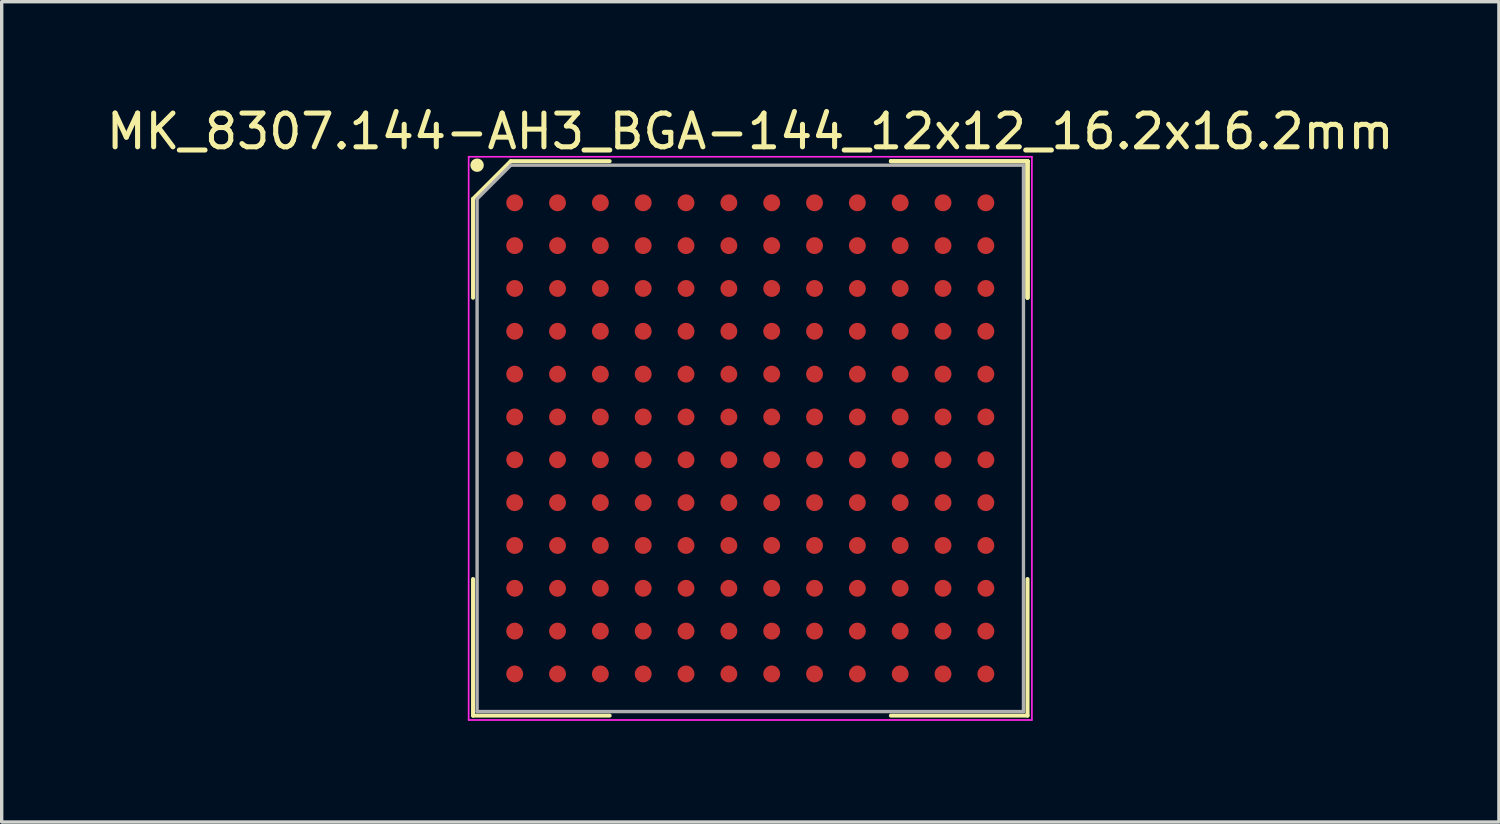
<source format=kicad_pcb>
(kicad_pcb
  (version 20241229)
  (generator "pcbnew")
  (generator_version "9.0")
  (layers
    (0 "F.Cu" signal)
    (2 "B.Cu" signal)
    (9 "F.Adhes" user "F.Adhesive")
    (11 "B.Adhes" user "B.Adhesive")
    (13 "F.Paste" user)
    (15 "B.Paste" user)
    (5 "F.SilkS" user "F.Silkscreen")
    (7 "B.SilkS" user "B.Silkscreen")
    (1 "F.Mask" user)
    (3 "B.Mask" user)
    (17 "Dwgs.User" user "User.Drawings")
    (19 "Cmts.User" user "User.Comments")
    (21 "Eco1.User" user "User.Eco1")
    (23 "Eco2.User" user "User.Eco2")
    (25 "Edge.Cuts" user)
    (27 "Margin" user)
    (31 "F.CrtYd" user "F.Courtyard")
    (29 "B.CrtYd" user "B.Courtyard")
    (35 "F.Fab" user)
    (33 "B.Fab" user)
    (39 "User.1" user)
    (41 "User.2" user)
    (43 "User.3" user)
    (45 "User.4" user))
  (footprint "MK_8307.144-AH3_BGA-144_12x12_16.2x16.2mm"
    (layer "F.Cu")
    (at 19.196 9.948)
    (property "Reference" "MK_8307.144-AH3_BGA-144_12x12_16.2x16.2mm" (at 0 -9.1 0) (layer "F.SilkS") (effects (font (size 1 1) (thickness 0.15))))
    (attr smd)
    (fp_line (start -8.22 -7.1) (end -8.22 -4.17) (stroke (width 0.12) (type solid)) (layer "F.SilkS"))
    (fp_line (start -8.22 8.22) (end -8.22 4.17) (stroke (width 0.12) (type solid)) (layer "F.SilkS"))
    (fp_line (start -7.1 -8.22) (end -8.22 -7.1) (stroke (width 0.12) (type solid)) (layer "F.SilkS"))
    (fp_line (start -4.17 -8.22) (end -7.1 -8.22) (stroke (width 0.12) (type solid)) (layer "F.SilkS"))
    (fp_line (start -4.17 8.22) (end -8.22 8.22) (stroke (width 0.12) (type solid)) (layer "F.SilkS"))
    (fp_line (start 4.17 -8.22) (end 8.22 -8.22) (stroke (width 0.12) (type solid)) (layer "F.SilkS"))
    (fp_line (start 4.17 -8.22) (end 8.22 -8.22) (stroke (width 0.12) (type solid)) (layer "F.SilkS"))
    (fp_line (start 4.17 -8.22) (end 8.22 -8.22) (stroke (width 0.12) (type solid)) (layer "F.SilkS"))
    (fp_line (start 4.17 8.22) (end 8.22 8.22) (stroke (width 0.12) (type solid)) (layer "F.SilkS"))
    (fp_line (start 8.22 -8.22) (end 8.22 -4.17) (stroke (width 0.12) (type solid)) (layer "F.SilkS"))
    (fp_line (start 8.22 -8.22) (end 8.22 -4.17) (stroke (width 0.12) (type solid)) (layer "F.SilkS"))
    (fp_line (start 8.22 -8.22) (end 8.22 -4.17) (stroke (width 0.12) (type solid)) (layer "F.SilkS"))
    (fp_line (start 8.22 8.22) (end 8.22 4.17) (stroke (width 0.12) (type solid)) (layer "F.SilkS"))
    (fp_circle (center -8.1 -8.1) (end -8.1 -8) (stroke (width 0.2) (type solid)) (fill no) (layer "F.SilkS"))
    (fp_line (start -8.35 -8.35) (end 8.35 -8.35) (stroke (width 0.05) (type solid)) (layer "F.CrtYd"))
    (fp_line (start -8.35 8.35) (end -8.35 -8.35) (stroke (width 0.05) (type solid)) (layer "F.CrtYd"))
    (fp_line (start 8.35 -8.35) (end 8.35 8.35) (stroke (width 0.05) (type solid)) (layer "F.CrtYd"))
    (fp_line (start 8.35 8.35) (end -8.35 8.35) (stroke (width 0.05) (type solid)) (layer "F.CrtYd"))
    (fp_line (start -8.1 -7.1) (end -8.1 8.1) (stroke (width 0.1) (type solid)) (layer "F.Fab"))
    (fp_line (start -8.1 8.1) (end 8.1 8.1) (stroke (width 0.1) (type solid)) (layer "F.Fab"))
    (fp_line (start -7.1 -8.1) (end -8.1 -7.1) (stroke (width 0.1) (type solid)) (layer "F.Fab"))
    (fp_line (start 8.1 -8.1) (end -7.1 -8.1) (stroke (width 0.1) (type solid)) (layer "F.Fab"))
    (fp_line (start 8.1 8.1) (end 8.1 -8.1) (stroke (width 0.1) (type solid)) (layer "F.Fab"))
    (pad "A1" smd circle (at -6.985 -6.985) (size 0.5 0.5) (layers "F.Cu" "F.Mask" "F.Paste"))
    (pad "A2" smd circle (at -5.715 -6.985) (size 0.5 0.5) (layers "F.Cu" "F.Mask" "F.Paste"))
    (pad "A3" smd circle (at -4.445 -6.985) (size 0.5 0.5) (layers "F.Cu" "F.Mask" "F.Paste"))
    (pad "A4" smd circle (at -3.175 -6.985) (size 0.5 0.5) (layers "F.Cu" "F.Mask" "F.Paste"))
    (pad "A5" smd circle (at -1.905 -6.985) (size 0.5 0.5) (layers "F.Cu" "F.Mask" "F.Paste"))
    (pad "A6" smd circle (at -0.635 -6.985) (size 0.5 0.5) (layers "F.Cu" "F.Mask" "F.Paste"))
    (pad "A7" smd circle (at 0.635 -6.985) (size 0.5 0.5) (layers "F.Cu" "F.Mask" "F.Paste"))
    (pad "A8" smd circle (at 1.905 -6.985) (size 0.5 0.5) (layers "F.Cu" "F.Mask" "F.Paste"))
    (pad "A9" smd circle (at 3.175 -6.985) (size 0.5 0.5) (layers "F.Cu" "F.Mask" "F.Paste"))
    (pad "A10" smd circle (at 4.445 -6.985) (size 0.5 0.5) (layers "F.Cu" "F.Mask" "F.Paste"))
    (pad "A11" smd circle (at 5.715 -6.985) (size 0.5 0.5) (layers "F.Cu" "F.Mask" "F.Paste"))
    (pad "A12" smd circle (at 6.985 -6.985) (size 0.5 0.5) (layers "F.Cu" "F.Mask" "F.Paste"))
    (pad "B1" smd circle (at -6.985 -5.715) (size 0.5 0.5) (layers "F.Cu" "F.Mask" "F.Paste"))
    (pad "B2" smd circle (at -5.715 -5.715) (size 0.5 0.5) (layers "F.Cu" "F.Mask" "F.Paste"))
    (pad "B3" smd circle (at -4.445 -5.715) (size 0.5 0.5) (layers "F.Cu" "F.Mask" "F.Paste"))
    (pad "B4" smd circle (at -3.175 -5.715) (size 0.5 0.5) (layers "F.Cu" "F.Mask" "F.Paste"))
    (pad "B5" smd circle (at -1.905 -5.715) (size 0.5 0.5) (layers "F.Cu" "F.Mask" "F.Paste"))
    (pad "B6" smd circle (at -0.635 -5.715) (size 0.5 0.5) (layers "F.Cu" "F.Mask" "F.Paste"))
    (pad "B7" smd circle (at 0.635 -5.715) (size 0.5 0.5) (layers "F.Cu" "F.Mask" "F.Paste"))
    (pad "B8" smd circle (at 1.905 -5.715) (size 0.5 0.5) (layers "F.Cu" "F.Mask" "F.Paste"))
    (pad "B9" smd circle (at 3.175 -5.715) (size 0.5 0.5) (layers "F.Cu" "F.Mask" "F.Paste"))
    (pad "B10" smd circle (at 4.445 -5.715) (size 0.5 0.5) (layers "F.Cu" "F.Mask" "F.Paste"))
    (pad "B11" smd circle (at 5.715 -5.715) (size 0.5 0.5) (layers "F.Cu" "F.Mask" "F.Paste"))
    (pad "B12" smd circle (at 6.985 -5.715) (size 0.5 0.5) (layers "F.Cu" "F.Mask" "F.Paste"))
    (pad "C1" smd circle (at -6.985 -4.445) (size 0.5 0.5) (layers "F.Cu" "F.Mask" "F.Paste"))
    (pad "C2" smd circle (at -5.715 -4.445) (size 0.5 0.5) (layers "F.Cu" "F.Mask" "F.Paste"))
    (pad "C3" smd circle (at -4.445 -4.445) (size 0.5 0.5) (layers "F.Cu" "F.Mask" "F.Paste"))
    (pad "C4" smd circle (at -3.175 -4.445) (size 0.5 0.5) (layers "F.Cu" "F.Mask" "F.Paste"))
    (pad "C5" smd circle (at -1.905 -4.445) (size 0.5 0.5) (layers "F.Cu" "F.Mask" "F.Paste"))
    (pad "C6" smd circle (at -0.635 -4.445) (size 0.5 0.5) (layers "F.Cu" "F.Mask" "F.Paste"))
    (pad "C7" smd circle (at 0.635 -4.445) (size 0.5 0.5) (layers "F.Cu" "F.Mask" "F.Paste"))
    (pad "C8" smd circle (at 1.905 -4.445) (size 0.5 0.5) (layers "F.Cu" "F.Mask" "F.Paste"))
    (pad "C9" smd circle (at 3.175 -4.445) (size 0.5 0.5) (layers "F.Cu" "F.Mask" "F.Paste"))
    (pad "C10" smd circle (at 4.445 -4.445) (size 0.5 0.5) (layers "F.Cu" "F.Mask" "F.Paste"))
    (pad "C11" smd circle (at 5.715 -4.445) (size 0.5 0.5) (layers "F.Cu" "F.Mask" "F.Paste"))
    (pad "C12" smd circle (at 6.985 -4.445) (size 0.5 0.5) (layers "F.Cu" "F.Mask" "F.Paste"))
    (pad "D1" smd circle (at -6.985 -3.175) (size 0.5 0.5) (layers "F.Cu" "F.Mask" "F.Paste"))
    (pad "D2" smd circle (at -5.715 -3.175) (size 0.5 0.5) (layers "F.Cu" "F.Mask" "F.Paste"))
    (pad "D3" smd circle (at -4.445 -3.175) (size 0.5 0.5) (layers "F.Cu" "F.Mask" "F.Paste"))
    (pad "D4" smd circle (at -3.175 -3.175) (size 0.5 0.5) (layers "F.Cu" "F.Mask" "F.Paste"))
    (pad "D5" smd circle (at -1.905 -3.175) (size 0.5 0.5) (layers "F.Cu" "F.Mask" "F.Paste"))
    (pad "D6" smd circle (at -0.635 -3.175) (size 0.5 0.5) (layers "F.Cu" "F.Mask" "F.Paste"))
    (pad "D7" smd circle (at 0.635 -3.175) (size 0.5 0.5) (layers "F.Cu" "F.Mask" "F.Paste"))
    (pad "D8" smd circle (at 1.905 -3.175) (size 0.5 0.5) (layers "F.Cu" "F.Mask" "F.Paste"))
    (pad "D9" smd circle (at 3.175 -3.175) (size 0.5 0.5) (layers "F.Cu" "F.Mask" "F.Paste"))
    (pad "D10" smd circle (at 4.445 -3.175) (size 0.5 0.5) (layers "F.Cu" "F.Mask" "F.Paste"))
    (pad "D11" smd circle (at 5.715 -3.175) (size 0.5 0.5) (layers "F.Cu" "F.Mask" "F.Paste"))
    (pad "D12" smd circle (at 6.985 -3.175) (size 0.5 0.5) (layers "F.Cu" "F.Mask" "F.Paste"))
    (pad "E1" smd circle (at -6.985 -1.905) (size 0.5 0.5) (layers "F.Cu" "F.Mask" "F.Paste"))
    (pad "E2" smd circle (at -5.715 -1.905) (size 0.5 0.5) (layers "F.Cu" "F.Mask" "F.Paste"))
    (pad "E3" smd circle (at -4.445 -1.905) (size 0.5 0.5) (layers "F.Cu" "F.Mask" "F.Paste"))
    (pad "E4" smd circle (at -3.175 -1.905) (size 0.5 0.5) (layers "F.Cu" "F.Mask" "F.Paste"))
    (pad "E5" smd circle (at -1.905 -1.905) (size 0.5 0.5) (layers "F.Cu" "F.Mask" "F.Paste"))
    (pad "E6" smd circle (at -0.635 -1.905) (size 0.5 0.5) (layers "F.Cu" "F.Mask" "F.Paste"))
    (pad "E7" smd circle (at 0.635 -1.905) (size 0.5 0.5) (layers "F.Cu" "F.Mask" "F.Paste"))
    (pad "E8" smd circle (at 1.905 -1.905) (size 0.5 0.5) (layers "F.Cu" "F.Mask" "F.Paste"))
    (pad "E9" smd circle (at 3.175 -1.905) (size 0.5 0.5) (layers "F.Cu" "F.Mask" "F.Paste"))
    (pad "E10" smd circle (at 4.445 -1.905) (size 0.5 0.5) (layers "F.Cu" "F.Mask" "F.Paste"))
    (pad "E11" smd circle (at 5.715 -1.905) (size 0.5 0.5) (layers "F.Cu" "F.Mask" "F.Paste"))
    (pad "E12" smd circle (at 6.985 -1.905) (size 0.5 0.5) (layers "F.Cu" "F.Mask" "F.Paste"))
    (pad "F1" smd circle (at -6.985 -0.635) (size 0.5 0.5) (layers "F.Cu" "F.Mask" "F.Paste"))
    (pad "F2" smd circle (at -5.715 -0.635) (size 0.5 0.5) (layers "F.Cu" "F.Mask" "F.Paste"))
    (pad "F3" smd circle (at -4.445 -0.635) (size 0.5 0.5) (layers "F.Cu" "F.Mask" "F.Paste"))
    (pad "F4" smd circle (at -3.175 -0.635) (size 0.5 0.5) (layers "F.Cu" "F.Mask" "F.Paste"))
    (pad "F5" smd circle (at -1.905 -0.635) (size 0.5 0.5) (layers "F.Cu" "F.Mask" "F.Paste"))
    (pad "F6" smd circle (at -0.635 -0.635) (size 0.5 0.5) (layers "F.Cu" "F.Mask" "F.Paste"))
    (pad "F7" smd circle (at 0.635 -0.635) (size 0.5 0.5) (layers "F.Cu" "F.Mask" "F.Paste"))
    (pad "F8" smd circle (at 1.905 -0.635) (size 0.5 0.5) (layers "F.Cu" "F.Mask" "F.Paste"))
    (pad "F9" smd circle (at 3.175 -0.635) (size 0.5 0.5) (layers "F.Cu" "F.Mask" "F.Paste"))
    (pad "F10" smd circle (at 4.445 -0.635) (size 0.5 0.5) (layers "F.Cu" "F.Mask" "F.Paste"))
    (pad "F11" smd circle (at 5.715 -0.635) (size 0.5 0.5) (layers "F.Cu" "F.Mask" "F.Paste"))
    (pad "F12" smd circle (at 6.985 -0.635) (size 0.5 0.5) (layers "F.Cu" "F.Mask" "F.Paste"))
    (pad "G1" smd circle (at -6.985 0.635) (size 0.5 0.5) (layers "F.Cu" "F.Mask" "F.Paste"))
    (pad "G2" smd circle (at -5.715 0.635) (size 0.5 0.5) (layers "F.Cu" "F.Mask" "F.Paste"))
    (pad "G3" smd circle (at -4.445 0.635) (size 0.5 0.5) (layers "F.Cu" "F.Mask" "F.Paste"))
    (pad "G4" smd circle (at -3.175 0.635) (size 0.5 0.5) (layers "F.Cu" "F.Mask" "F.Paste"))
    (pad "G5" smd circle (at -1.905 0.635) (size 0.5 0.5) (layers "F.Cu" "F.Mask" "F.Paste"))
    (pad "G6" smd circle (at -0.635 0.635) (size 0.5 0.5) (layers "F.Cu" "F.Mask" "F.Paste"))
    (pad "G7" smd circle (at 0.635 0.635) (size 0.5 0.5) (layers "F.Cu" "F.Mask" "F.Paste"))
    (pad "G8" smd circle (at 1.905 0.635) (size 0.5 0.5) (layers "F.Cu" "F.Mask" "F.Paste"))
    (pad "G9" smd circle (at 3.175 0.635) (size 0.5 0.5) (layers "F.Cu" "F.Mask" "F.Paste"))
    (pad "G10" smd circle (at 4.445 0.635) (size 0.5 0.5) (layers "F.Cu" "F.Mask" "F.Paste"))
    (pad "G11" smd circle (at 5.715 0.635) (size 0.5 0.5) (layers "F.Cu" "F.Mask" "F.Paste"))
    (pad "G12" smd circle (at 6.985 0.635) (size 0.5 0.5) (layers "F.Cu" "F.Mask" "F.Paste"))
    (pad "H1" smd circle (at -6.985 1.905) (size 0.5 0.5) (layers "F.Cu" "F.Mask" "F.Paste"))
    (pad "H2" smd circle (at -5.715 1.905) (size 0.5 0.5) (layers "F.Cu" "F.Mask" "F.Paste"))
    (pad "H3" smd circle (at -4.445 1.905) (size 0.5 0.5) (layers "F.Cu" "F.Mask" "F.Paste"))
    (pad "H4" smd circle (at -3.175 1.905) (size 0.5 0.5) (layers "F.Cu" "F.Mask" "F.Paste"))
    (pad "H5" smd circle (at -1.905 1.905) (size 0.5 0.5) (layers "F.Cu" "F.Mask" "F.Paste"))
    (pad "H6" smd circle (at -0.635 1.905) (size 0.5 0.5) (layers "F.Cu" "F.Mask" "F.Paste"))
    (pad "H7" smd circle (at 0.635 1.905) (size 0.5 0.5) (layers "F.Cu" "F.Mask" "F.Paste"))
    (pad "H8" smd circle (at 1.905 1.905) (size 0.5 0.5) (layers "F.Cu" "F.Mask" "F.Paste"))
    (pad "H9" smd circle (at 3.175 1.905) (size 0.5 0.5) (layers "F.Cu" "F.Mask" "F.Paste"))
    (pad "H10" smd circle (at 4.445 1.905) (size 0.5 0.5) (layers "F.Cu" "F.Mask" "F.Paste"))
    (pad "H11" smd circle (at 5.715 1.905) (size 0.5 0.5) (layers "F.Cu" "F.Mask" "F.Paste"))
    (pad "H12" smd circle (at 6.985 1.905) (size 0.5 0.5) (layers "F.Cu" "F.Mask" "F.Paste"))
    (pad "J1" smd circle (at -6.985 3.175) (size 0.5 0.5) (layers "F.Cu" "F.Mask" "F.Paste"))
    (pad "J2" smd circle (at -5.715 3.175) (size 0.5 0.5) (layers "F.Cu" "F.Mask" "F.Paste"))
    (pad "J3" smd circle (at -4.445 3.175) (size 0.5 0.5) (layers "F.Cu" "F.Mask" "F.Paste"))
    (pad "J4" smd circle (at -3.175 3.175) (size 0.5 0.5) (layers "F.Cu" "F.Mask" "F.Paste"))
    (pad "J5" smd circle (at -1.905 3.175) (size 0.5 0.5) (layers "F.Cu" "F.Mask" "F.Paste"))
    (pad "J6" smd circle (at -0.635 3.175) (size 0.5 0.5) (layers "F.Cu" "F.Mask" "F.Paste"))
    (pad "J7" smd circle (at 0.635 3.175) (size 0.5 0.5) (layers "F.Cu" "F.Mask" "F.Paste"))
    (pad "J8" smd circle (at 1.905 3.175) (size 0.5 0.5) (layers "F.Cu" "F.Mask" "F.Paste"))
    (pad "J9" smd circle (at 3.175 3.175) (size 0.5 0.5) (layers "F.Cu" "F.Mask" "F.Paste"))
    (pad "J10" smd circle (at 4.445 3.175) (size 0.5 0.5) (layers "F.Cu" "F.Mask" "F.Paste"))
    (pad "J11" smd circle (at 5.715 3.175) (size 0.5 0.5) (layers "F.Cu" "F.Mask" "F.Paste"))
    (pad "J12" smd circle (at 6.985 3.175) (size 0.5 0.5) (layers "F.Cu" "F.Mask" "F.Paste"))
    (pad "K1" smd circle (at -6.985 4.445) (size 0.5 0.5) (layers "F.Cu" "F.Mask" "F.Paste"))
    (pad "K2" smd circle (at -5.715 4.445) (size 0.5 0.5) (layers "F.Cu" "F.Mask" "F.Paste"))
    (pad "K3" smd circle (at -4.445 4.445) (size 0.5 0.5) (layers "F.Cu" "F.Mask" "F.Paste"))
    (pad "K4" smd circle (at -3.175 4.445) (size 0.5 0.5) (layers "F.Cu" "F.Mask" "F.Paste"))
    (pad "K5" smd circle (at -1.905 4.445) (size 0.5 0.5) (layers "F.Cu" "F.Mask" "F.Paste"))
    (pad "K6" smd circle (at -0.635 4.445) (size 0.5 0.5) (layers "F.Cu" "F.Mask" "F.Paste"))
    (pad "K7" smd circle (at 0.635 4.445) (size 0.5 0.5) (layers "F.Cu" "F.Mask" "F.Paste"))
    (pad "K8" smd circle (at 1.905 4.445) (size 0.5 0.5) (layers "F.Cu" "F.Mask" "F.Paste"))
    (pad "K9" smd circle (at 3.175 4.445) (size 0.5 0.5) (layers "F.Cu" "F.Mask" "F.Paste"))
    (pad "K10" smd circle (at 4.445 4.445) (size 0.5 0.5) (layers "F.Cu" "F.Mask" "F.Paste"))
    (pad "K11" smd circle (at 5.715 4.445) (size 0.5 0.5) (layers "F.Cu" "F.Mask" "F.Paste"))
    (pad "K12" smd circle (at 6.985 4.445) (size 0.5 0.5) (layers "F.Cu" "F.Mask" "F.Paste"))
    (pad "L1" smd circle (at -6.985 5.715) (size 0.5 0.5) (layers "F.Cu" "F.Mask" "F.Paste"))
    (pad "L2" smd circle (at -5.715 5.715) (size 0.5 0.5) (layers "F.Cu" "F.Mask" "F.Paste"))
    (pad "L3" smd circle (at -4.445 5.715) (size 0.5 0.5) (layers "F.Cu" "F.Mask" "F.Paste"))
    (pad "L4" smd circle (at -3.175 5.715) (size 0.5 0.5) (layers "F.Cu" "F.Mask" "F.Paste"))
    (pad "L5" smd circle (at -1.905 5.715) (size 0.5 0.5) (layers "F.Cu" "F.Mask" "F.Paste"))
    (pad "L6" smd circle (at -0.635 5.715) (size 0.5 0.5) (layers "F.Cu" "F.Mask" "F.Paste"))
    (pad "L7" smd circle (at 0.635 5.715) (size 0.5 0.5) (layers "F.Cu" "F.Mask" "F.Paste"))
    (pad "L8" smd circle (at 1.905 5.715) (size 0.5 0.5) (layers "F.Cu" "F.Mask" "F.Paste"))
    (pad "L9" smd circle (at 3.175 5.715) (size 0.5 0.5) (layers "F.Cu" "F.Mask" "F.Paste"))
    (pad "L10" smd circle (at 4.445 5.715) (size 0.5 0.5) (layers "F.Cu" "F.Mask" "F.Paste"))
    (pad "L11" smd circle (at 5.715 5.715) (size 0.5 0.5) (layers "F.Cu" "F.Mask" "F.Paste"))
    (pad "L12" smd circle (at 6.985 5.715) (size 0.5 0.5) (layers "F.Cu" "F.Mask" "F.Paste"))
    (pad "M1" smd circle (at -6.985 6.985) (size 0.5 0.5) (layers "F.Cu" "F.Mask" "F.Paste"))
    (pad "M2" smd circle (at -5.715 6.985) (size 0.5 0.5) (layers "F.Cu" "F.Mask" "F.Paste"))
    (pad "M3" smd circle (at -4.445 6.985) (size 0.5 0.5) (layers "F.Cu" "F.Mask" "F.Paste"))
    (pad "M4" smd circle (at -3.175 6.985) (size 0.5 0.5) (layers "F.Cu" "F.Mask" "F.Paste"))
    (pad "M5" smd circle (at -1.905 6.985) (size 0.5 0.5) (layers "F.Cu" "F.Mask" "F.Paste"))
    (pad "M6" smd circle (at -0.635 6.985) (size 0.5 0.5) (layers "F.Cu" "F.Mask" "F.Paste"))
    (pad "M7" smd circle (at 0.635 6.985) (size 0.5 0.5) (layers "F.Cu" "F.Mask" "F.Paste"))
    (pad "M8" smd circle (at 1.905 6.985) (size 0.5 0.5) (layers "F.Cu" "F.Mask" "F.Paste"))
    (pad "M9" smd circle (at 3.175 6.985) (size 0.5 0.5) (layers "F.Cu" "F.Mask" "F.Paste"))
    (pad "M10" smd circle (at 4.445 6.985) (size 0.5 0.5) (layers "F.Cu" "F.Mask" "F.Paste"))
    (pad "M11" smd circle (at 5.715 6.985) (size 0.5 0.5) (layers "F.Cu" "F.Mask" "F.Paste"))
    (pad "M12" smd circle (at 6.985 6.985) (size 0.5 0.5) (layers "F.Cu" "F.Mask" "F.Paste")))
  (gr_rect
    (start -3 -3)
    (end 41.393 21.323)
    (stroke (width 0.1) (type default))
    (fill no)
    (layer "Edge.Cuts")))
</source>
